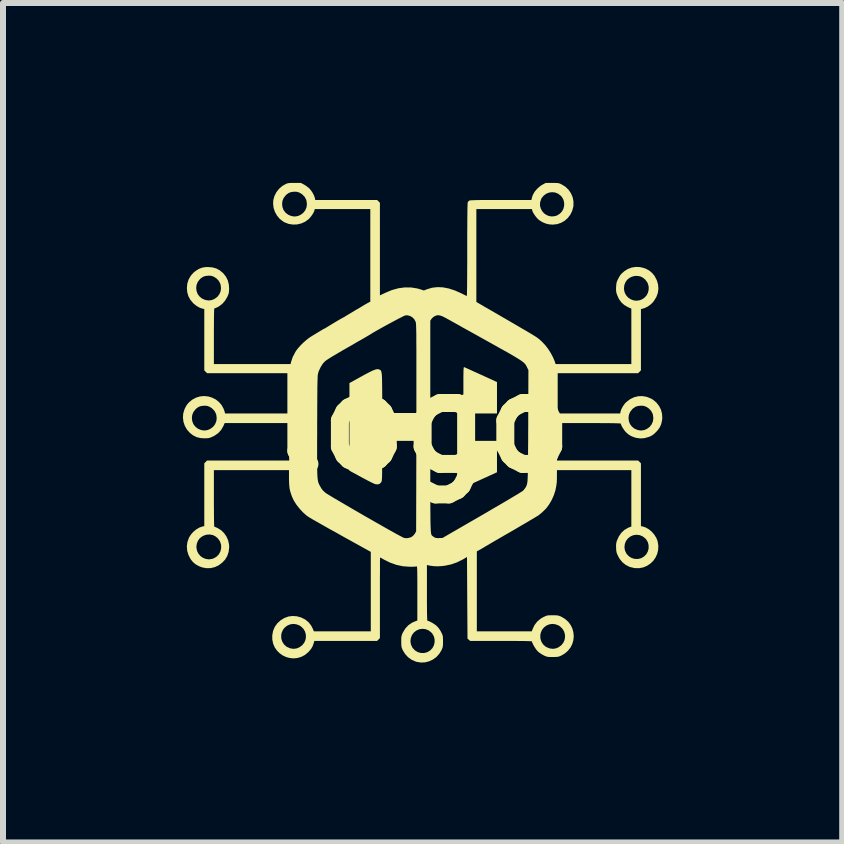
<source format=kicad_pcb>
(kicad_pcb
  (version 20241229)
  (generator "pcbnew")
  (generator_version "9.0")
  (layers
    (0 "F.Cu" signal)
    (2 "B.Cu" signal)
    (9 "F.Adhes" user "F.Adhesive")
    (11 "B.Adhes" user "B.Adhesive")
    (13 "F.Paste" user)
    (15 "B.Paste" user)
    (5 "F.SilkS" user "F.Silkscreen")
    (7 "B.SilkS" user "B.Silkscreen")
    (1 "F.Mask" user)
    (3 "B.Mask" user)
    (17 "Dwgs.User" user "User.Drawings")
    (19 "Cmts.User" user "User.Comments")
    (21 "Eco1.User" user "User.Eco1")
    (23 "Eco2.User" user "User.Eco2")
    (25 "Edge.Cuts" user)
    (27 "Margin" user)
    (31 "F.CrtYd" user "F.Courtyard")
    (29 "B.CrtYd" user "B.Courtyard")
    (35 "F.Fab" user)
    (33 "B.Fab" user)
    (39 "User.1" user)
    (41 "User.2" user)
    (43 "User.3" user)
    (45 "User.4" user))
  (footprint "logo"
    (layer "F.Cu")
    (at 3.996 3.996)
    (property "Reference" "logo" (at 0 0 0) (layer "F.SilkS") (effects (font (size 1.524 1.524) (thickness 0.3))))
    (attr board_only exclude_from_pos_files exclude_from_bom)
    (fp_poly (pts (xy 1.24 0.828) (xy 0.974 0.949) (xy 0.913 0.977) (xy 0.856 1.003) (xy 0.804 1.027) (xy 0.761 1.046) (xy 0.727 1.062) (xy 0.704 1.072) (xy 0.694 1.076) (xy 0.691 1.077) (xy 0.688 1.075) (xy 0.686 1.069) (xy 0.684 1.058) (xy 0.683 1.041) (xy 0.682 1.015) (xy 0.681 0.981) (xy 0.681 0.937) (xy 0.68 0.881) (xy 0.68 0.812) (xy 0.68 0.729) (xy 0.68 0.693) (xy 0.68 0.304) (xy 1.24 0.304)) (stroke (width 0) (type solid)) (fill yes) (layer "F.SilkS"))
    (fp_poly (pts (xy 0.694 -0.924) (xy 0.704 -0.92) (xy 0.727 -0.91) (xy 0.762 -0.894) (xy 0.805 -0.875) (xy 0.856 -0.851) (xy 0.914 -0.825) (xy 0.974 -0.798) (xy 1.24 -0.676) (xy 1.24 -0.414) (xy 1.24 -0.152) (xy 0.68 -0.152) (xy 0.68 -0.541) (xy 0.68 -0.63) (xy 0.68 -0.704) (xy 0.68 -0.765) (xy 0.681 -0.814) (xy 0.681 -0.852) (xy 0.682 -0.88) (xy 0.684 -0.9) (xy 0.685 -0.913) (xy 0.687 -0.921) (xy 0.69 -0.925) (xy 0.693 -0.925)) (stroke (width 0) (type solid)) (fill yes) (layer "F.SilkS"))
    (fp_poly (pts (xy -1.976 -3.968) (xy -1.944 -3.948) (xy -1.911 -3.923) (xy -1.888 -3.904) (xy -1.859 -3.869) (xy -1.832 -3.828) (xy -1.81 -3.785) (xy -1.797 -3.747) (xy -1.796 -3.742) (xy -1.79 -3.712) (xy -0.759 -3.712) (xy -0.735 -3.689) (xy -0.712 -3.665) (xy -0.712 -2.121) (xy -0.622 -2.164) (xy -0.512 -2.21) (xy -0.403 -2.24) (xy -0.296 -2.254) (xy -0.192 -2.253) (xy -0.089 -2.237) (xy -0.031 -2.22) (xy 0.021 -2.203) (xy 0.078 -2.225) (xy 0.159 -2.249) (xy 0.247 -2.259) (xy 0.34 -2.255) (xy 0.437 -2.236) (xy 0.538 -2.203) (xy 0.642 -2.157) (xy 0.644 -2.156) (xy 0.678 -2.139) (xy 0.706 -2.125) (xy 0.727 -2.115) (xy 0.737 -2.112) (xy 0.737 -2.112) (xy 0.738 -2.12) (xy 0.739 -2.143) (xy 0.74 -2.18) (xy 0.741 -2.231) (xy 0.742 -2.295) (xy 0.742 -2.371) (xy 0.743 -2.458) (xy 0.743 -2.556) (xy 0.744 -2.663) (xy 0.744 -2.778) (xy 0.744 -2.884) (xy 0.744 -3.026) (xy 0.744 -3.153) (xy 0.745 -3.265) (xy 0.745 -3.362) (xy 0.746 -3.445) (xy 0.747 -3.515) (xy 0.747 -3.571) (xy 0.749 -3.615) (xy 0.749 -3.618) (xy 1.957 -3.618) (xy 1.969 -3.571) (xy 1.992 -3.528) (xy 2.023 -3.491) (xy 2.062 -3.463) (xy 2.107 -3.444) (xy 2.156 -3.437) (xy 2.208 -3.443) (xy 2.242 -3.454) (xy 2.288 -3.483) (xy 2.324 -3.521) (xy 2.348 -3.566) (xy 2.36 -3.615) (xy 2.36 -3.666) (xy 2.348 -3.716) (xy 2.322 -3.762) (xy 2.303 -3.783) (xy 2.26 -3.816) (xy 2.212 -3.836) (xy 2.161 -3.842) (xy 2.111 -3.836) (xy 2.063 -3.817) (xy 2.021 -3.787) (xy 1.987 -3.747) (xy 1.974 -3.721) (xy 1.958 -3.669) (xy 1.957 -3.618) (xy 0.749 -3.618) (xy 0.75 -3.646) (xy 0.751 -3.666) (xy 0.753 -3.675) (xy 0.767 -3.693) (xy 0.781 -3.703) (xy 0.792 -3.705) (xy 0.815 -3.707) (xy 0.851 -3.708) (xy 0.9 -3.71) (xy 0.963 -3.711) (xy 1.04 -3.711) (xy 1.132 -3.712) (xy 1.239 -3.712) (xy 1.307 -3.712) (xy 1.814 -3.712) (xy 1.82 -3.742) (xy 1.838 -3.797) (xy 1.869 -3.851) (xy 1.912 -3.901) (xy 1.963 -3.945) (xy 2 -3.968) (xy 2.052 -3.996) (xy 2.16 -3.996) (xy 2.204 -3.996) (xy 2.236 -3.995) (xy 2.259 -3.993) (xy 2.278 -3.989) (xy 2.295 -3.982) (xy 2.316 -3.972) (xy 2.32 -3.97) (xy 2.382 -3.932) (xy 2.433 -3.882) (xy 2.473 -3.824) (xy 2.501 -3.759) (xy 2.515 -3.69) (xy 2.515 -3.618) (xy 2.513 -3.603) (xy 2.494 -3.531) (xy 2.463 -3.467) (xy 2.42 -3.411) (xy 2.368 -3.365) (xy 2.308 -3.331) (xy 2.242 -3.309) (xy 2.171 -3.301) (xy 2.112 -3.305) (xy 2.053 -3.319) (xy 1.994 -3.344) (xy 1.944 -3.376) (xy 1.928 -3.389) (xy 1.902 -3.416) (xy 1.876 -3.449) (xy 1.853 -3.484) (xy 1.835 -3.515) (xy 1.828 -3.536) (xy 1.823 -3.56) (xy 0.896 -3.56) (xy 0.896 -2.012) (xy 0.964 -1.972) (xy 1.001 -1.951) (xy 1.027 -1.935) (xy 1.047 -1.923) (xy 1.066 -1.913) (xy 1.085 -1.902) (xy 1.111 -1.887) (xy 1.128 -1.877) (xy 1.165 -1.856) (xy 1.213 -1.828) (xy 1.27 -1.795) (xy 1.333 -1.758) (xy 1.401 -1.719) (xy 1.471 -1.678) (xy 1.54 -1.638) (xy 1.605 -1.6) (xy 1.666 -1.564) (xy 1.718 -1.534) (xy 1.732 -1.526) (xy 1.789 -1.492) (xy 1.835 -1.465) (xy 1.871 -1.442) (xy 1.901 -1.423) (xy 1.925 -1.405) (xy 1.947 -1.388) (xy 1.968 -1.369) (xy 1.988 -1.351) (xy 2.042 -1.294) (xy 2.094 -1.227) (xy 2.14 -1.154) (xy 2.178 -1.081) (xy 2.204 -1.018) (xy 2.217 -0.976) (xy 3.48 -0.976) (xy 3.48 -1.438) (xy 3.48 -1.9) (xy 3.428 -1.923) (xy 3.365 -1.959) (xy 3.313 -2.005) (xy 3.272 -2.063) (xy 3.241 -2.133) (xy 3.24 -2.137) (xy 3.231 -2.166) (xy 3.226 -2.194) (xy 3.225 -2.225) (xy 3.225 -2.242) (xy 3.357 -2.242) (xy 3.357 -2.227) (xy 3.367 -2.174) (xy 3.39 -2.127) (xy 3.424 -2.087) (xy 3.466 -2.058) (xy 3.514 -2.039) (xy 3.566 -2.032) (xy 3.62 -2.04) (xy 3.632 -2.044) (xy 3.66 -2.057) (xy 3.689 -2.075) (xy 3.695 -2.079) (xy 3.732 -2.118) (xy 3.757 -2.165) (xy 3.769 -2.217) (xy 3.769 -2.27) (xy 3.754 -2.321) (xy 3.747 -2.336) (xy 3.714 -2.382) (xy 3.675 -2.415) (xy 3.631 -2.437) (xy 3.584 -2.446) (xy 3.536 -2.445) (xy 3.49 -2.433) (xy 3.448 -2.412) (xy 3.411 -2.382) (xy 3.383 -2.343) (xy 3.364 -2.296) (xy 3.357 -2.242) (xy 3.225 -2.242) (xy 3.226 -2.262) (xy 3.229 -2.301) (xy 3.233 -2.329) (xy 3.241 -2.355) (xy 3.253 -2.383) (xy 3.259 -2.394) (xy 3.28 -2.433) (xy 3.299 -2.463) (xy 3.322 -2.488) (xy 3.353 -2.515) (xy 3.36 -2.522) (xy 3.419 -2.56) (xy 3.485 -2.585) (xy 3.555 -2.596) (xy 3.625 -2.593) (xy 3.695 -2.576) (xy 3.732 -2.561) (xy 3.784 -2.531) (xy 3.825 -2.496) (xy 3.861 -2.454) (xy 3.868 -2.444) (xy 3.904 -2.375) (xy 3.925 -2.305) (xy 3.931 -2.233) (xy 3.922 -2.163) (xy 3.897 -2.094) (xy 3.857 -2.029) (xy 3.833 -1.999) (xy 3.795 -1.964) (xy 3.75 -1.933) (xy 3.702 -1.91) (xy 3.666 -1.899) (xy 3.64 -1.894) (xy 3.64 -0.871) (xy 3.593 -0.824) (xy 2.923 -0.824) (xy 2.252 -0.824) (xy 2.252 -0.152) (xy 2.773 -0.152) (xy 3.294 -0.152) (xy 3.299 -0.179) (xy 3.313 -0.223) (xy 3.338 -0.27) (xy 3.369 -0.314) (xy 3.398 -0.344) (xy 3.46 -0.391) (xy 3.526 -0.423) (xy 3.596 -0.44) (xy 3.668 -0.442) (xy 3.739 -0.429) (xy 3.808 -0.401) (xy 3.844 -0.38) (xy 3.898 -0.334) (xy 3.942 -0.278) (xy 3.974 -0.215) (xy 3.992 -0.146) (xy 3.996 -0.075) (xy 3.992 -0.039) (xy 3.978 0.024) (xy 3.955 0.077) (xy 3.92 0.127) (xy 3.89 0.159) (xy 3.86 0.188) (xy 3.833 0.208) (xy 3.806 0.224) (xy 3.773 0.238) (xy 3.7 0.259) (xy 3.63 0.264) (xy 3.56 0.254) (xy 3.529 0.245) (xy 3.483 0.227) (xy 3.447 0.207) (xy 3.413 0.181) (xy 3.383 0.152) (xy 3.364 0.129) (xy 3.344 0.1) (xy 3.326 0.07) (xy 3.312 0.042) (xy 3.305 0.021) (xy 3.304 0.016) (xy 3.296 0.014) (xy 3.273 0.013) (xy 3.234 0.011) (xy 3.181 0.01) (xy 3.113 0.009) (xy 3.032 0.009) (xy 2.938 0.008) (xy 2.831 0.008) (xy 2.776 0.008) (xy 2.248 0.008) (xy 2.248 0.27) (xy 2.247 0.336) (xy 2.247 0.399) (xy 2.246 0.456) (xy 2.246 0.506) (xy 2.245 0.546) (xy 2.244 0.574) (xy 2.244 0.582) (xy 2.24 0.632) (xy 3.593 0.632) (xy 3.617 0.655) (xy 3.64 0.679) (xy 3.64 1.726) (xy 3.667 1.731) (xy 3.721 1.749) (xy 3.774 1.78) (xy 3.823 1.821) (xy 3.865 1.871) (xy 3.898 1.925) (xy 3.919 1.98) (xy 3.93 2.052) (xy 3.927 2.123) (xy 3.911 2.189) (xy 3.883 2.25) (xy 3.845 2.305) (xy 3.797 2.351) (xy 3.741 2.388) (xy 3.679 2.414) (xy 3.612 2.427) (xy 3.541 2.426) (xy 3.527 2.424) (xy 3.453 2.406) (xy 3.387 2.373) (xy 3.331 2.328) (xy 3.284 2.27) (xy 3.259 2.225) (xy 3.244 2.192) (xy 3.234 2.165) (xy 3.229 2.136) (xy 3.226 2.1) (xy 3.226 2.093) (xy 3.226 2.078) (xy 3.365 2.078) (xy 3.373 2.13) (xy 3.395 2.178) (xy 3.403 2.191) (xy 3.442 2.231) (xy 3.489 2.259) (xy 3.541 2.273) (xy 3.595 2.273) (xy 3.648 2.259) (xy 3.65 2.258) (xy 3.696 2.229) (xy 3.732 2.191) (xy 3.756 2.146) (xy 3.768 2.097) (xy 3.768 2.046) (xy 3.756 1.996) (xy 3.73 1.95) (xy 3.711 1.929) (xy 3.668 1.896) (xy 3.619 1.876) (xy 3.566 1.87) (xy 3.514 1.877) (xy 3.465 1.898) (xy 3.422 1.932) (xy 3.422 1.932) (xy 3.39 1.975) (xy 3.371 2.025) (xy 3.365 2.078) (xy 3.226 2.078) (xy 3.225 2.052) (xy 3.227 2.021) (xy 3.232 1.993) (xy 3.239 1.97) (xy 3.271 1.898) (xy 3.313 1.838) (xy 3.365 1.789) (xy 3.427 1.753) (xy 3.45 1.744) (xy 3.48 1.733) (xy 3.48 0.792) (xy 2.24 0.792) (xy 2.239 0.89) (xy 2.239 0.929) (xy 2.238 0.963) (xy 2.237 0.987) (xy 2.236 1) (xy 2.236 1) (xy 2.234 1.014) (xy 2.231 1.038) (xy 2.228 1.06) (xy 2.213 1.134) (xy 2.187 1.213) (xy 2.152 1.291) (xy 2.11 1.363) (xy 2.067 1.422) (xy 2.045 1.446) (xy 2.017 1.473) (xy 1.987 1.501) (xy 1.957 1.526) (xy 1.932 1.546) (xy 1.914 1.558) (xy 1.912 1.559) (xy 1.898 1.566) (xy 1.878 1.579) (xy 1.868 1.585) (xy 1.855 1.593) (xy 1.83 1.608) (xy 1.795 1.628) (xy 1.752 1.654) (xy 1.703 1.683) (xy 1.649 1.714) (xy 1.593 1.747) (xy 1.537 1.78) (xy 1.482 1.812) (xy 1.43 1.842) (xy 1.383 1.869) (xy 1.354 1.885) (xy 1.329 1.9) (xy 1.293 1.921) (xy 1.25 1.946) (xy 1.203 1.973) (xy 1.155 2.001) (xy 1.11 2.028) (xy 1.07 2.051) (xy 1.039 2.069) (xy 1.028 2.076) (xy 0.996 2.095) (xy 0.965 2.113) (xy 0.94 2.127) (xy 0.938 2.128) (xy 0.904 2.147) (xy 0.904 3.48) (xy 1.82 3.48) (xy 1.834 3.442) (xy 1.866 3.375) (xy 1.911 3.317) (xy 1.968 3.269) (xy 2.016 3.241) (xy 2.043 3.229) (xy 2.064 3.22) (xy 2.084 3.215) (xy 2.108 3.213) (xy 2.14 3.212) (xy 2.168 3.212) (xy 2.209 3.212) (xy 2.238 3.214) (xy 2.26 3.217) (xy 2.281 3.223) (xy 2.303 3.232) (xy 2.314 3.237) (xy 2.377 3.275) (xy 2.429 3.322) (xy 2.469 3.376) (xy 2.498 3.436) (xy 2.514 3.499) (xy 2.52 3.564) (xy 2.513 3.629) (xy 2.495 3.692) (xy 2.465 3.751) (xy 2.423 3.804) (xy 2.37 3.85) (xy 2.314 3.883) (xy 2.289 3.894) (xy 2.269 3.901) (xy 2.248 3.905) (xy 2.222 3.907) (xy 2.187 3.908) (xy 2.168 3.908) (xy 2.128 3.908) (xy 2.099 3.907) (xy 2.077 3.903) (xy 2.057 3.897) (xy 2.034 3.888) (xy 2.016 3.879) (xy 1.971 3.853) (xy 1.931 3.824) (xy 1.918 3.811) (xy 1.898 3.788) (xy 1.877 3.759) (xy 1.857 3.726) (xy 1.84 3.694) (xy 1.828 3.668) (xy 1.824 3.651) (xy 1.822 3.649) (xy 1.815 3.647) (xy 1.801 3.645) (xy 1.781 3.644) (xy 1.753 3.643) (xy 1.715 3.642) (xy 1.667 3.641) (xy 1.607 3.641) (xy 1.535 3.64) (xy 1.45 3.64) (xy 1.35 3.64) (xy 1.308 3.64) (xy 0.793 3.64) (xy 0.748 3.601) (xy 0.748 3.543) (xy 1.962 3.543) (xy 1.964 3.601) (xy 1.981 3.654) (xy 2.01 3.699) (xy 2.052 3.736) (xy 2.061 3.741) (xy 2.115 3.764) (xy 2.17 3.772) (xy 2.224 3.764) (xy 2.266 3.746) (xy 2.311 3.713) (xy 2.345 3.672) (xy 2.366 3.626) (xy 2.375 3.577) (xy 2.372 3.527) (xy 2.357 3.478) (xy 2.329 3.434) (xy 2.29 3.397) (xy 2.265 3.381) (xy 2.213 3.362) (xy 2.161 3.356) (xy 2.111 3.364) (xy 2.064 3.384) (xy 2.023 3.415) (xy 1.991 3.455) (xy 1.97 3.504) (xy 1.962 3.543) (xy 0.748 3.543) (xy 0.744 2.921) (xy 0.74 2.241) (xy 0.666 2.284) (xy 0.573 2.33) (xy 0.479 2.363) (xy 0.377 2.385) (xy 0.322 2.392) (xy 0.252 2.396) (xy 0.181 2.393) (xy 0.115 2.384) (xy 0.093 2.379) (xy 0.072 2.374) (xy 0.072 2.839) (xy 0.072 2.939) (xy 0.072 3.024) (xy 0.073 3.096) (xy 0.073 3.154) (xy 0.074 3.201) (xy 0.075 3.238) (xy 0.076 3.265) (xy 0.077 3.285) (xy 0.079 3.297) (xy 0.081 3.303) (xy 0.083 3.304) (xy 0.101 3.309) (xy 0.128 3.321) (xy 0.16 3.338) (xy 0.192 3.358) (xy 0.222 3.379) (xy 0.243 3.398) (xy 0.273 3.433) (xy 0.301 3.477) (xy 0.311 3.496) (xy 0.324 3.523) (xy 0.332 3.544) (xy 0.337 3.564) (xy 0.339 3.588) (xy 0.34 3.62) (xy 0.34 3.648) (xy 0.34 3.689) (xy 0.338 3.718) (xy 0.335 3.74) (xy 0.329 3.761) (xy 0.32 3.783) (xy 0.315 3.794) (xy 0.277 3.856) (xy 0.229 3.909) (xy 0.172 3.95) (xy 0.108 3.98) (xy 0.041 3.997) (xy -0.029 4) (xy -0.099 3.989) (xy -0.112 3.985) (xy -0.182 3.955) (xy -0.243 3.911) (xy -0.293 3.856) (xy -0.331 3.794) (xy -0.342 3.769) (xy -0.349 3.749) (xy -0.353 3.728) (xy -0.355 3.702) (xy -0.356 3.667) (xy -0.356 3.648) (xy -0.356 3.646) (xy -0.203 3.646) (xy -0.195 3.698) (xy -0.173 3.746) (xy -0.165 3.759) (xy -0.126 3.799) (xy -0.079 3.827) (xy -0.027 3.841) (xy 0.027 3.841) (xy 0.08 3.827) (xy 0.082 3.826) (xy 0.128 3.797) (xy 0.164 3.759) (xy 0.188 3.714) (xy 0.2 3.665) (xy 0.2 3.614) (xy 0.188 3.564) (xy 0.162 3.518) (xy 0.143 3.497) (xy 0.1 3.464) (xy 0.051 3.444) (xy -0.002 3.438) (xy -0.054 3.445) (xy -0.103 3.466) (xy -0.146 3.5) (xy -0.146 3.5) (xy -0.178 3.543) (xy -0.197 3.593) (xy -0.203 3.646) (xy -0.356 3.646) (xy -0.356 3.608) (xy -0.355 3.579) (xy -0.351 3.557) (xy -0.345 3.537) (xy -0.336 3.514) (xy -0.327 3.496) (xy -0.287 3.431) (xy -0.236 3.377) (xy -0.176 3.336) (xy -0.126 3.314) (xy -0.088 3.3) (xy -0.088 2.845) (xy -0.088 2.748) (xy -0.088 2.666) (xy -0.088 2.598) (xy -0.089 2.542) (xy -0.089 2.497) (xy -0.09 2.462) (xy -0.091 2.436) (xy -0.092 2.418) (xy -0.094 2.406) (xy -0.096 2.399) (xy -0.098 2.397) (xy -0.101 2.397) (xy -0.102 2.397) (xy -0.115 2.4) (xy -0.141 2.402) (xy -0.175 2.403) (xy -0.214 2.403) (xy -0.216 2.403) (xy -0.328 2.395) (xy -0.436 2.372) (xy -0.543 2.334) (xy -0.646 2.283) (xy -0.673 2.267) (xy -0.695 2.255) (xy -0.708 2.249) (xy -0.709 2.248) (xy -0.71 2.256) (xy -0.71 2.278) (xy -0.711 2.315) (xy -0.711 2.364) (xy -0.711 2.424) (xy -0.711 2.494) (xy -0.712 2.573) (xy -0.712 2.66) (xy -0.712 2.754) (xy -0.712 2.853) (xy -0.712 2.921) (xy -0.712 3.593) (xy -0.759 3.64) (xy -1.805 3.64) (xy -1.816 3.678) (xy -1.834 3.729) (xy -1.859 3.772) (xy -1.894 3.814) (xy -1.905 3.826) (xy -1.961 3.873) (xy -2.022 3.905) (xy -2.085 3.924) (xy -2.149 3.931) (xy -2.213 3.925) (xy -2.274 3.909) (xy -2.332 3.882) (xy -2.384 3.845) (xy -2.429 3.8) (xy -2.466 3.747) (xy -2.492 3.686) (xy -2.506 3.619) (xy -2.507 3.547) (xy -2.506 3.543) (xy -2.358 3.543) (xy -2.356 3.601) (xy -2.339 3.654) (xy -2.31 3.699) (xy -2.268 3.736) (xy -2.259 3.741) (xy -2.205 3.764) (xy -2.15 3.772) (xy -2.096 3.764) (xy -2.054 3.746) (xy -2.009 3.713) (xy -1.975 3.672) (xy -1.954 3.626) (xy -1.945 3.577) (xy -1.948 3.527) (xy -1.963 3.478) (xy -1.991 3.434) (xy -2.03 3.397) (xy -2.055 3.381) (xy -2.107 3.362) (xy -2.159 3.356) (xy -2.209 3.364) (xy -2.256 3.384) (xy -2.297 3.415) (xy -2.329 3.455) (xy -2.35 3.504) (xy -2.358 3.543) (xy -2.506 3.543) (xy -2.493 3.473) (xy -2.465 3.406) (xy -2.423 3.347) (xy -2.369 3.297) (xy -2.305 3.258) (xy -2.238 3.233) (xy -2.168 3.224) (xy -2.096 3.229) (xy -2.025 3.249) (xy -1.957 3.283) (xy -1.956 3.284) (xy -1.903 3.327) (xy -1.86 3.381) (xy -1.835 3.428) (xy -1.812 3.48) (xy -1.338 3.48) (xy -0.864 3.48) (xy -0.864 2.155) (xy -1.346 1.888) (xy -1.45 1.829) (xy -1.542 1.779) (xy -1.621 1.734) (xy -1.689 1.696) (xy -1.746 1.663) (xy -1.794 1.636) (xy -1.834 1.613) (xy -1.866 1.594) (xy -1.891 1.579) (xy -1.911 1.566) (xy -1.926 1.556) (xy -1.934 1.55) (xy -1.995 1.496) (xy -2.053 1.433) (xy -2.105 1.367) (xy -2.147 1.3) (xy -2.176 1.239) (xy -2.195 1.186) (xy -2.209 1.139) (xy -2.219 1.092) (xy -2.224 1.042) (xy -2.227 0.984) (xy -2.228 0.926) (xy -2.228 0.792) (xy -3.48 0.792) (xy -3.48 1.264) (xy -3.48 1.37) (xy -3.479 1.464) (xy -3.479 1.545) (xy -3.478 1.612) (xy -3.477 1.665) (xy -3.476 1.704) (xy -3.474 1.728) (xy -3.472 1.736) (xy -3.472 1.736) (xy -3.461 1.739) (xy -3.441 1.748) (xy -3.419 1.757) (xy -3.36 1.794) (xy -3.31 1.842) (xy -3.27 1.9) (xy -3.242 1.964) (xy -3.227 2.033) (xy -3.225 2.079) (xy -3.234 2.155) (xy -3.257 2.224) (xy -3.294 2.285) (xy -3.34 2.334) (xy -3.4 2.379) (xy -3.466 2.41) (xy -3.536 2.426) (xy -3.608 2.427) (xy -3.679 2.413) (xy -3.732 2.392) (xy -3.785 2.362) (xy -3.827 2.327) (xy -3.862 2.284) (xy -3.868 2.276) (xy -3.904 2.207) (xy -3.925 2.136) (xy -3.93 2.07) (xy -3.772 2.07) (xy -3.771 2.085) (xy -3.761 2.138) (xy -3.738 2.185) (xy -3.704 2.225) (xy -3.662 2.254) (xy -3.614 2.273) (xy -3.562 2.28) (xy -3.508 2.272) (xy -3.496 2.268) (xy -3.468 2.255) (xy -3.439 2.237) (xy -3.433 2.233) (xy -3.396 2.194) (xy -3.371 2.147) (xy -3.359 2.095) (xy -3.359 2.042) (xy -3.374 1.991) (xy -3.381 1.976) (xy -3.414 1.93) (xy -3.453 1.897) (xy -3.497 1.875) (xy -3.544 1.866) (xy -3.592 1.867) (xy -3.638 1.879) (xy -3.68 1.9) (xy -3.717 1.93) (xy -3.745 1.969) (xy -3.764 2.016) (xy -3.772 2.07) (xy -3.93 2.07) (xy -3.931 2.063) (xy -3.921 1.99) (xy -3.895 1.918) (xy -3.89 1.909) (xy -3.859 1.861) (xy -3.818 1.816) (xy -3.77 1.778) (xy -3.72 1.749) (xy -3.67 1.732) (xy -3.667 1.731) (xy -3.64 1.726) (xy -3.64 0.679) (xy -3.617 0.655) (xy -3.593 0.632) (xy -2.224 0.632) (xy -2.224 0.531) (xy -1.759 0.531) (xy -1.759 0.615) (xy -1.759 0.688) (xy -1.758 0.751) (xy -1.757 0.805) (xy -1.756 0.85) (xy -1.754 0.888) (xy -1.752 0.919) (xy -1.749 0.945) (xy -1.746 0.966) (xy -1.742 0.984) (xy -1.738 0.999) (xy -1.733 1.013) (xy -1.727 1.026) (xy -1.721 1.039) (xy -1.715 1.05) (xy -1.689 1.096) (xy -1.662 1.131) (xy -1.628 1.163) (xy -1.613 1.174) (xy -1.598 1.185) (xy -1.57 1.202) (xy -1.531 1.226) (xy -1.481 1.256) (xy -1.423 1.29) (xy -1.357 1.329) (xy -1.285 1.371) (xy -1.208 1.416) (xy -1.127 1.463) (xy -1.044 1.511) (xy -0.96 1.56) (xy -0.875 1.608) (xy -0.792 1.656) (xy -0.712 1.701) (xy -0.636 1.745) (xy -0.565 1.785) (xy -0.5 1.821) (xy -0.443 1.853) (xy -0.395 1.879) (xy -0.368 1.893) (xy -0.335 1.911) (xy -0.311 1.921) (xy -0.292 1.926) (xy -0.273 1.927) (xy -0.255 1.926) (xy -0.212 1.918) (xy -0.177 1.902) (xy -0.152 1.88) (xy -0.131 1.854) (xy -0.126 1.846) (xy -0.108 1.812) (xy -0.106 1.058) (xy -0.105 0.62) (xy 0.128 0.62) (xy 0.128 0.775) (xy 0.128 0.917) (xy 0.128 1.046) (xy 0.128 1.162) (xy 0.129 1.268) (xy 0.129 1.362) (xy 0.129 1.445) (xy 0.13 1.519) (xy 0.13 1.584) (xy 0.131 1.641) (xy 0.132 1.689) (xy 0.133 1.731) (xy 0.135 1.766) (xy 0.136 1.794) (xy 0.138 1.818) (xy 0.14 1.836) (xy 0.142 1.851) (xy 0.145 1.862) (xy 0.148 1.87) (xy 0.151 1.876) (xy 0.154 1.881) (xy 0.158 1.884) (xy 0.162 1.888) (xy 0.166 1.891) (xy 0.169 1.894) (xy 0.194 1.912) (xy 0.222 1.923) (xy 0.258 1.926) (xy 0.28 1.925) (xy 0.332 1.923) (xy 0.987 1.544) (xy 1.082 1.489) (xy 1.173 1.435) (xy 1.26 1.385) (xy 1.341 1.337) (xy 1.416 1.293) (xy 1.483 1.253) (xy 1.542 1.218) (xy 1.591 1.189) (xy 1.629 1.165) (xy 1.656 1.148) (xy 1.671 1.139) (xy 1.672 1.138) (xy 1.693 1.115) (xy 1.714 1.086) (xy 1.725 1.067) (xy 1.734 1.047) (xy 1.74 1.027) (xy 1.745 1.003) (xy 1.749 0.973) (xy 1.751 0.931) (xy 1.752 0.913) (xy 1.753 0.89) (xy 1.754 0.852) (xy 1.755 0.801) (xy 1.756 0.737) (xy 1.757 0.662) (xy 1.758 0.578) (xy 1.758 0.484) (xy 1.759 0.384) (xy 1.76 0.277) (xy 1.76 0.165) (xy 1.761 0.05) (xy 1.761 -0.036) (xy 1.761 -0.077) (xy 3.433 -0.077) (xy 3.439 -0.026) (xy 3.457 0.023) (xy 3.488 0.065) (xy 3.53 0.099) (xy 3.533 0.101) (xy 3.587 0.124) (xy 3.642 0.132) (xy 3.696 0.124) (xy 3.738 0.106) (xy 3.784 0.073) (xy 3.818 0.03) (xy 3.84 -0.02) (xy 3.847 -0.074) (xy 3.84 -0.13) (xy 3.836 -0.145) (xy 3.811 -0.194) (xy 3.772 -0.235) (xy 3.735 -0.26) (xy 3.706 -0.273) (xy 3.68 -0.28) (xy 3.647 -0.282) (xy 3.64 -0.282) (xy 3.589 -0.277) (xy 3.547 -0.263) (xy 3.508 -0.236) (xy 3.493 -0.221) (xy 3.459 -0.177) (xy 3.439 -0.128) (xy 3.433 -0.077) (xy 1.761 -0.077) (xy 1.764 -0.876) (xy 1.741 -0.922) (xy 1.733 -0.939) (xy 1.725 -0.953) (xy 1.716 -0.968) (xy 1.705 -0.981) (xy 1.691 -0.996) (xy 1.673 -1.011) (xy 1.65 -1.028) (xy 1.622 -1.047) (xy 1.587 -1.069) (xy 1.545 -1.095) (xy 1.494 -1.125) (xy 1.434 -1.16) (xy 1.363 -1.199) (xy 1.281 -1.245) (xy 1.187 -1.298) (xy 1.092 -1.351) (xy 1.002 -1.401) (xy 0.913 -1.451) (xy 0.828 -1.498) (xy 0.747 -1.543) (xy 0.671 -1.585) (xy 0.603 -1.624) (xy 0.543 -1.657) (xy 0.493 -1.685) (xy 0.454 -1.707) (xy 0.428 -1.721) (xy 0.426 -1.722) (xy 0.373 -1.751) (xy 0.331 -1.772) (xy 0.298 -1.784) (xy 0.27 -1.79) (xy 0.246 -1.79) (xy 0.223 -1.784) (xy 0.204 -1.776) (xy 0.176 -1.758) (xy 0.153 -1.736) (xy 0.148 -1.729) (xy 0.128 -1.7) (xy 0.128 0.066) (xy 0.128 0.266) (xy 0.128 0.45) (xy 0.128 0.62) (xy -0.105 0.62) (xy -0.104 0.304) (xy -0.671 0.304) (xy -0.674 0.639) (xy -0.674 0.722) (xy -0.675 0.789) (xy -0.675 0.844) (xy -0.676 0.887) (xy -0.677 0.92) (xy -0.679 0.945) (xy -0.681 0.964) (xy -0.683 0.976) (xy -0.686 0.985) (xy -0.689 0.992) (xy -0.693 0.997) (xy -0.717 1.021) (xy -0.746 1.03) (xy -0.782 1.027) (xy -0.79 1.025) (xy -0.807 1.019) (xy -0.836 1.006) (xy -0.874 0.987) (xy -0.919 0.964) (xy -0.97 0.937) (xy -1.023 0.909) (xy -1.024 0.908) (xy -1.22 0.801) (xy -1.22 -0.659) (xy -1.021 -0.769) (xy -0.954 -0.806) (xy -0.898 -0.835) (xy -0.853 -0.858) (xy -0.817 -0.874) (xy -0.789 -0.884) (xy -0.766 -0.89) (xy -0.747 -0.891) (xy -0.731 -0.888) (xy -0.727 -0.886) (xy -0.715 -0.882) (xy -0.705 -0.877) (xy -0.697 -0.869) (xy -0.691 -0.857) (xy -0.686 -0.841) (xy -0.682 -0.817) (xy -0.679 -0.786) (xy -0.677 -0.745) (xy -0.676 -0.694) (xy -0.675 -0.63) (xy -0.674 -0.553) (xy -0.674 -0.494) (xy -0.671 -0.16) (xy -0.388 -0.16) (xy -0.104 -0.16) (xy -0.104 -0.903) (xy -0.104 -1.03) (xy -0.104 -1.142) (xy -0.104 -1.241) (xy -0.105 -1.326) (xy -0.105 -1.399) (xy -0.105 -1.461) (xy -0.106 -1.513) (xy -0.107 -1.556) (xy -0.108 -1.591) (xy -0.109 -1.619) (xy -0.11 -1.641) (xy -0.112 -1.657) (xy -0.113 -1.669) (xy -0.115 -1.678) (xy -0.117 -1.682) (xy -0.138 -1.722) (xy -0.17 -1.755) (xy -0.209 -1.778) (xy -0.252 -1.789) (xy -0.287 -1.788) (xy -0.3 -1.783) (xy -0.325 -1.772) (xy -0.359 -1.754) (xy -0.403 -1.732) (xy -0.452 -1.706) (xy -0.506 -1.677) (xy -0.562 -1.647) (xy -0.619 -1.616) (xy -0.675 -1.585) (xy -0.727 -1.556) (xy -0.774 -1.529) (xy -0.815 -1.506) (xy -0.846 -1.487) (xy -0.856 -1.48) (xy -0.872 -1.471) (xy -0.9 -1.454) (xy -0.939 -1.431) (xy -0.987 -1.403) (xy -1.043 -1.371) (xy -1.105 -1.336) (xy -1.171 -1.297) (xy -1.24 -1.258) (xy -1.243 -1.256) (xy -1.334 -1.204) (xy -1.414 -1.157) (xy -1.482 -1.117) (xy -1.538 -1.083) (xy -1.582 -1.055) (xy -1.612 -1.034) (xy -1.628 -1.022) (xy -1.666 -0.98) (xy -1.7 -0.925) (xy -1.729 -0.864) (xy -1.741 -0.828) (xy -1.743 -0.819) (xy -1.745 -0.81) (xy -1.747 -0.797) (xy -1.749 -0.782) (xy -1.75 -0.762) (xy -1.751 -0.737) (xy -1.752 -0.707) (xy -1.753 -0.669) (xy -1.754 -0.622) (xy -1.755 -0.568) (xy -1.755 -0.503) (xy -1.756 -0.427) (xy -1.756 -0.339) (xy -1.757 -0.239) (xy -1.757 -0.125) (xy -1.758 0.004) (xy -1.758 0.062) (xy -1.758 0.2) (xy -1.759 0.324) (xy -1.759 0.434) (xy -1.759 0.531) (xy -2.224 0.531) (xy -2.224 0.008) (xy -3.3 0.008) (xy -3.323 0.06) (xy -3.359 0.122) (xy -3.408 0.175) (xy -3.469 0.218) (xy -3.493 0.23) (xy -3.526 0.245) (xy -3.551 0.254) (xy -3.577 0.259) (xy -3.609 0.261) (xy -3.63 0.262) (xy -3.703 0.258) (xy -3.768 0.242) (xy -3.826 0.213) (xy -3.878 0.173) (xy -3.928 0.118) (xy -3.964 0.055) (xy -3.987 -0.012) (xy -3.995 -0.077) (xy -3.847 -0.077) (xy -3.841 -0.026) (xy -3.823 0.023) (xy -3.792 0.065) (xy -3.75 0.099) (xy -3.747 0.101) (xy -3.693 0.124) (xy -3.638 0.132) (xy -3.584 0.124) (xy -3.542 0.106) (xy -3.496 0.073) (xy -3.462 0.03) (xy -3.44 -0.02) (xy -3.433 -0.074) (xy -3.44 -0.13) (xy -3.444 -0.145) (xy -3.469 -0.194) (xy -3.508 -0.235) (xy -3.545 -0.26) (xy -3.574 -0.273) (xy -3.6 -0.28) (xy -3.633 -0.282) (xy -3.64 -0.282) (xy -3.691 -0.277) (xy -3.733 -0.263) (xy -3.772 -0.236) (xy -3.787 -0.221) (xy -3.821 -0.177) (xy -3.841 -0.128) (xy -3.847 -0.077) (xy -3.995 -0.077) (xy -3.996 -0.082) (xy -3.991 -0.153) (xy -3.97 -0.222) (xy -3.96 -0.244) (xy -3.931 -0.296) (xy -3.896 -0.337) (xy -3.853 -0.373) (xy -3.84 -0.383) (xy -3.776 -0.417) (xy -3.709 -0.437) (xy -3.64 -0.443) (xy -3.573 -0.436) (xy -3.509 -0.416) (xy -3.449 -0.386) (xy -3.396 -0.344) (xy -3.351 -0.292) (xy -3.318 -0.231) (xy -3.303 -0.19) (xy -3.293 -0.152) (xy -2.758 -0.152) (xy -2.224 -0.152) (xy -2.224 -0.824) (xy -3.593 -0.824) (xy -3.617 -0.847) (xy -3.64 -0.871) (xy -3.64 -1.894) (xy -3.666 -1.899) (xy -3.715 -1.915) (xy -3.765 -1.943) (xy -3.813 -1.98) (xy -3.824 -1.99) (xy -3.872 -2.047) (xy -3.905 -2.108) (xy -3.924 -2.174) (xy -3.93 -2.244) (xy -3.93 -2.245) (xy -3.775 -2.245) (xy -3.769 -2.194) (xy -3.751 -2.145) (xy -3.72 -2.103) (xy -3.678 -2.069) (xy -3.675 -2.067) (xy -3.621 -2.044) (xy -3.566 -2.036) (xy -3.512 -2.044) (xy -3.47 -2.062) (xy -3.424 -2.095) (xy -3.39 -2.138) (xy -3.368 -2.188) (xy -3.361 -2.242) (xy -3.368 -2.298) (xy -3.372 -2.313) (xy -3.397 -2.362) (xy -3.436 -2.403) (xy -3.473 -2.428) (xy -3.502 -2.441) (xy -3.528 -2.448) (xy -3.561 -2.45) (xy -3.568 -2.45) (xy -3.619 -2.445) (xy -3.661 -2.431) (xy -3.7 -2.404) (xy -3.715 -2.389) (xy -3.749 -2.345) (xy -3.769 -2.296) (xy -3.775 -2.245) (xy -3.93 -2.245) (xy -3.923 -2.318) (xy -3.901 -2.387) (xy -3.865 -2.449) (xy -3.817 -2.503) (xy -3.778 -2.533) (xy -3.727 -2.564) (xy -3.68 -2.582) (xy -3.629 -2.592) (xy -3.58 -2.594) (xy -3.506 -2.588) (xy -3.44 -2.57) (xy -3.381 -2.538) (xy -3.326 -2.492) (xy -3.323 -2.489) (xy -3.278 -2.432) (xy -3.247 -2.369) (xy -3.23 -2.298) (xy -3.226 -2.23) (xy -3.228 -2.192) (xy -3.231 -2.164) (xy -3.238 -2.139) (xy -3.25 -2.111) (xy -3.258 -2.093) (xy -3.295 -2.031) (xy -3.342 -1.978) (xy -3.397 -1.937) (xy -3.419 -1.925) (xy -3.444 -1.914) (xy -3.464 -1.906) (xy -3.472 -1.904) (xy -3.474 -1.896) (xy -3.476 -1.873) (xy -3.477 -1.834) (xy -3.478 -1.781) (xy -3.479 -1.714) (xy -3.479 -1.634) (xy -3.48 -1.541) (xy -3.48 -1.44) (xy -3.48 -0.976) (xy -2.202 -0.976) (xy -2.193 -1.013) (xy -2.165 -1.095) (xy -2.123 -1.175) (xy -2.108 -1.2) (xy -2.076 -1.241) (xy -2.036 -1.286) (xy -1.99 -1.332) (xy -1.942 -1.374) (xy -1.898 -1.409) (xy -1.892 -1.413) (xy -1.87 -1.428) (xy -1.84 -1.447) (xy -1.805 -1.468) (xy -1.768 -1.491) (xy -1.731 -1.513) (xy -1.696 -1.534) (xy -1.668 -1.551) (xy -1.647 -1.563) (xy -1.636 -1.568) (xy -1.636 -1.568) (xy -1.627 -1.572) (xy -1.61 -1.582) (xy -1.59 -1.595) (xy -1.567 -1.609) (xy -1.537 -1.627) (xy -1.501 -1.649) (xy -1.464 -1.671) (xy -1.426 -1.694) (xy -1.39 -1.715) (xy -1.36 -1.732) (xy -1.337 -1.745) (xy -1.325 -1.751) (xy -1.324 -1.752) (xy -1.315 -1.756) (xy -1.298 -1.766) (xy -1.278 -1.779) (xy -1.257 -1.792) (xy -1.225 -1.811) (xy -1.186 -1.834) (xy -1.144 -1.859) (xy -1.116 -1.876) (xy -1.074 -1.9) (xy -1.036 -1.923) (xy -1.003 -1.943) (xy -0.978 -1.958) (xy -0.968 -1.964) (xy -0.942 -1.979) (xy -0.913 -1.995) (xy -0.906 -1.999) (xy -0.872 -2.016) (xy -0.872 -3.56) (xy -1.799 -3.56) (xy -1.804 -3.536) (xy -1.814 -3.51) (xy -1.832 -3.478) (xy -1.856 -3.443) (xy -1.882 -3.411) (xy -1.904 -3.389) (xy -1.961 -3.348) (xy -2.025 -3.32) (xy -2.094 -3.304) (xy -2.164 -3.302) (xy -2.234 -3.313) (xy -2.299 -3.338) (xy -2.324 -3.352) (xy -2.382 -3.397) (xy -2.428 -3.452) (xy -2.463 -3.515) (xy -2.485 -3.583) (xy -2.492 -3.645) (xy -2.343 -3.645) (xy -2.337 -3.594) (xy -2.319 -3.545) (xy -2.288 -3.503) (xy -2.246 -3.469) (xy -2.243 -3.467) (xy -2.189 -3.444) (xy -2.134 -3.436) (xy -2.08 -3.444) (xy -2.038 -3.462) (xy -1.992 -3.495) (xy -1.958 -3.538) (xy -1.936 -3.588) (xy -1.929 -3.642) (xy -1.936 -3.698) (xy -1.94 -3.713) (xy -1.965 -3.762) (xy -2.004 -3.803) (xy -2.041 -3.828) (xy -2.07 -3.841) (xy -2.096 -3.848) (xy -2.129 -3.85) (xy -2.136 -3.85) (xy -2.187 -3.845) (xy -2.229 -3.831) (xy -2.268 -3.804) (xy -2.283 -3.789) (xy -2.317 -3.745) (xy -2.337 -3.696) (xy -2.343 -3.645) (xy -2.492 -3.645) (xy -2.493 -3.653) (xy -2.489 -3.71) (xy -2.47 -3.779) (xy -2.437 -3.843) (xy -2.392 -3.9) (xy -2.338 -3.946) (xy -2.296 -3.97) (xy -2.275 -3.981) (xy -2.257 -3.988) (xy -2.238 -3.992) (xy -2.216 -3.995) (xy -2.186 -3.996) (xy -2.145 -3.996) (xy -2.136 -3.996) (xy -2.028 -3.996)) (stroke (width 0) (type solid)) (fill yes) (layer "F.SilkS")))
  (gr_rect
    (start -3 -3)
    (end 10.992 10.996)
    (stroke (width 0.1) (type default))
    (fill no)
    (layer "Edge.Cuts")))
</source>
